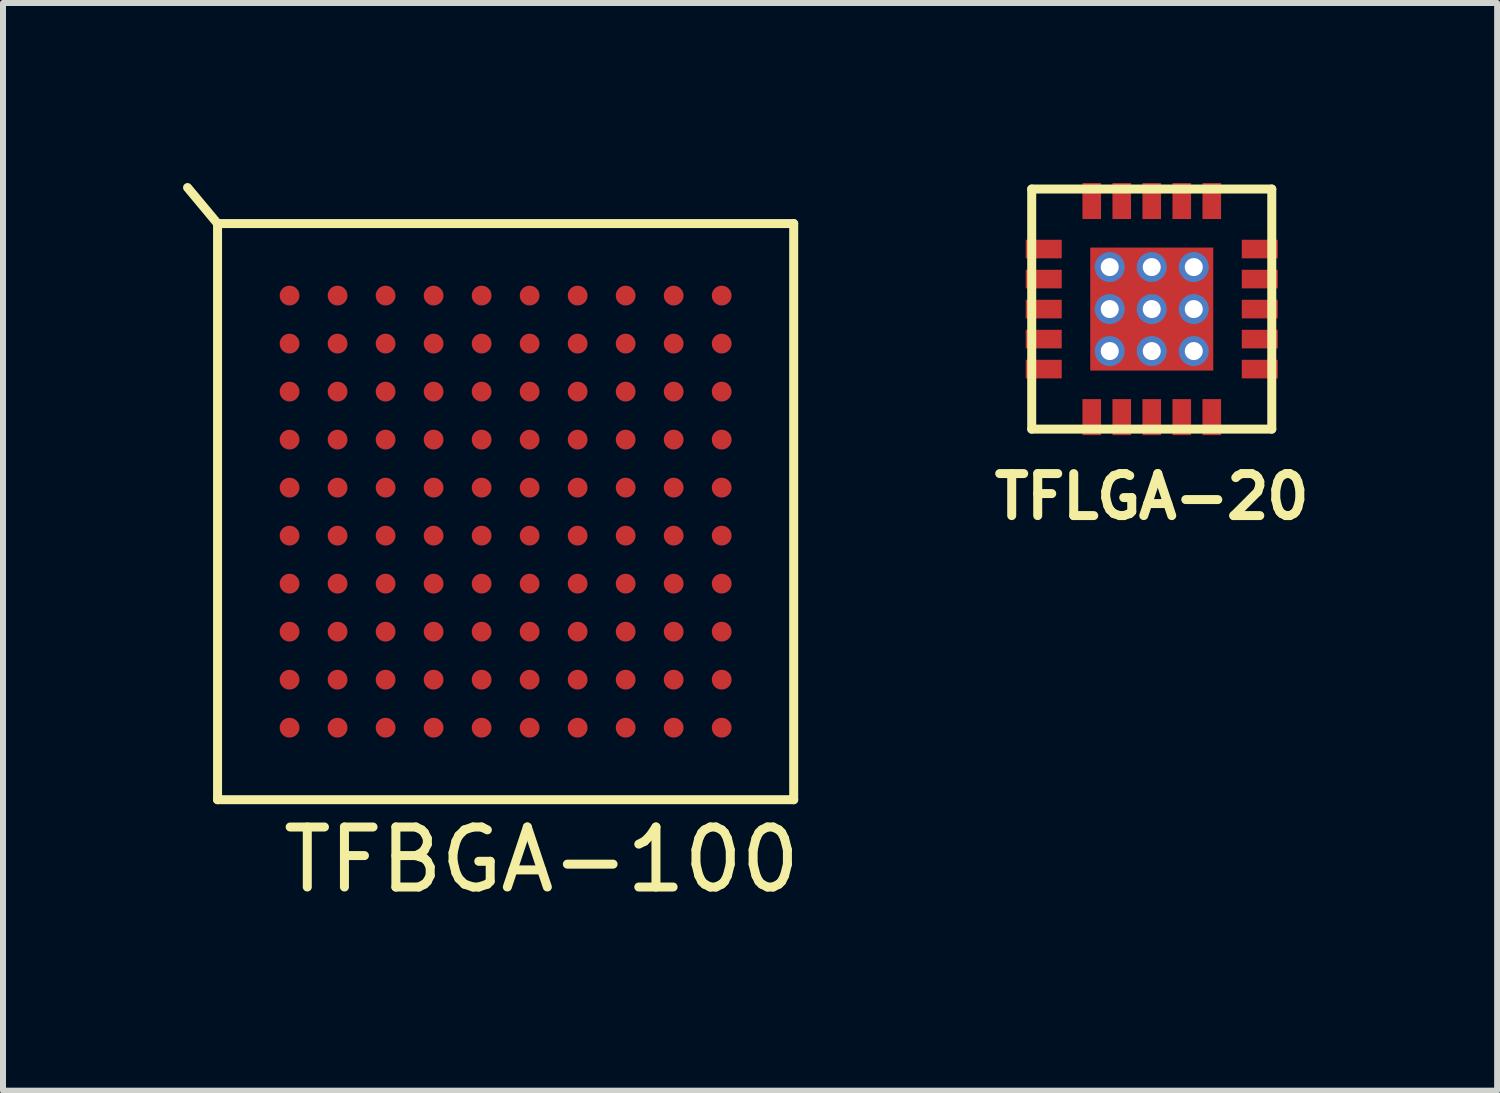
<source format=kicad_pcb>
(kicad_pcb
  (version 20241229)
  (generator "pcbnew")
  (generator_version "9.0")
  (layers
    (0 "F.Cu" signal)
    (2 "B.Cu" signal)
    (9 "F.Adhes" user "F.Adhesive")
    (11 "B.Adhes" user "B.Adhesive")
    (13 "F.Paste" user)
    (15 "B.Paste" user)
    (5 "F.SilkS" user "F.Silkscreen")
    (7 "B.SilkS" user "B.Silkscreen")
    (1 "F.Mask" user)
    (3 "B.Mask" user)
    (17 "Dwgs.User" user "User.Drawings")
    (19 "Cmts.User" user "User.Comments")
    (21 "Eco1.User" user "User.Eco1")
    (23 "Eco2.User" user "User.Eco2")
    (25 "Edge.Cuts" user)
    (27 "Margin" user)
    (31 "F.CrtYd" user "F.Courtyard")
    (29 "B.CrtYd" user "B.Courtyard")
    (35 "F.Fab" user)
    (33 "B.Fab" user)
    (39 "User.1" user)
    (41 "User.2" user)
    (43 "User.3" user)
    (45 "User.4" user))
  (footprint "TFLGA-20"
    (layer "F.Cu")
    (at 16.141 2.1)
    (property "Reference" "TFLGA-20" (at 0 3.125 0) (layer "F.SilkS") (effects (font (size 0.7 0.7) (thickness 0.15))))
    (attr through_hole)
    (fp_line (start -2 -2) (end 2 -2) (stroke (width 0.15) (type solid)) (layer "F.SilkS"))
    (fp_line (start -2 2) (end -2 -2) (stroke (width 0.15) (type solid)) (layer "F.SilkS"))
    (fp_line (start 2 -2) (end 2 2) (stroke (width 0.15) (type solid)) (layer "F.SilkS"))
    (fp_line (start 2 2) (end -2 2) (stroke (width 0.15) (type solid)) (layer "F.SilkS"))
    (pad "1" smd rect (at -1.8 -1) (size 0.6 0.31) (layers "F.Cu" "F.Mask" "F.Paste"))
    (pad "2" smd rect (at -1.8 -0.5) (size 0.6 0.31) (layers "F.Cu" "F.Mask" "F.Paste"))
    (pad "3" smd rect (at -1.8 0) (size 0.6 0.31) (layers "F.Cu" "F.Mask" "F.Paste"))
    (pad "4" smd rect (at -1.8 0.5) (size 0.6 0.31) (layers "F.Cu" "F.Mask" "F.Paste"))
    (pad "5" smd rect (at -1.8 1) (size 0.6 0.31) (layers "F.Cu" "F.Mask" "F.Paste"))
    (pad "6" smd rect (at -1 1.8 90) (size 0.6 0.31) (layers "F.Cu" "F.Mask" "F.Paste"))
    (pad "7" smd rect (at -0.5 1.8 90) (size 0.6 0.31) (layers "F.Cu" "F.Mask" "F.Paste"))
    (pad "8" smd rect (at 0 1.8 90) (size 0.6 0.31) (layers "F.Cu" "F.Mask" "F.Paste"))
    (pad "9" smd rect (at 0.5 1.8 90) (size 0.6 0.31) (layers "F.Cu" "F.Mask" "F.Paste"))
    (pad "10" smd rect (at 1 1.8 90) (size 0.6 0.31) (layers "F.Cu" "F.Mask" "F.Paste"))
    (pad "11" smd rect (at 1.8 1) (size 0.6 0.31) (layers "F.Cu" "F.Mask" "F.Paste"))
    (pad "12" smd rect (at 1.8 0.5) (size 0.6 0.31) (layers "F.Cu" "F.Mask" "F.Paste"))
    (pad "13" smd rect (at 1.8 0) (size 0.6 0.31) (layers "F.Cu" "F.Mask" "F.Paste"))
    (pad "14" smd rect (at 1.8 -0.5) (size 0.6 0.31) (layers "F.Cu" "F.Mask" "F.Paste"))
    (pad "15" smd rect (at 1.8 -1) (size 0.6 0.31) (layers "F.Cu" "F.Mask" "F.Paste"))
    (pad "16" smd rect (at 1 -1.8 90) (size 0.6 0.31) (layers "F.Cu" "F.Mask" "F.Paste"))
    (pad "17" smd rect (at 0.5 -1.8 90) (size 0.6 0.31) (layers "F.Cu" "F.Mask" "F.Paste"))
    (pad "18" smd rect (at 0 -1.8 90) (size 0.6 0.31) (layers "F.Cu" "F.Mask" "F.Paste"))
    (pad "19" smd rect (at -0.5 -1.8 90) (size 0.6 0.31) (layers "F.Cu" "F.Mask" "F.Paste"))
    (pad "20" smd rect (at -1 -1.8 90) (size 0.6 0.31) (layers "F.Cu" "F.Mask" "F.Paste"))
    (pad "EP" thru_hole circle (at -0.7 -0.7 90) (size 0.5 0.5) (drill 0.3) (layers "*.Cu" "*.Mask"))
    (pad "EP" thru_hole circle (at -0.7 0 90) (size 0.5 0.5) (drill 0.3) (layers "*.Cu" "*.Mask"))
    (pad "EP" thru_hole circle (at -0.7 0.7 90) (size 0.5 0.5) (drill 0.3) (layers "*.Cu" "*.Mask"))
    (pad "EP" thru_hole circle (at 0 -0.7 90) (size 0.5 0.5) (drill 0.3) (layers "*.Cu" "*.Mask"))
    (pad "EP" thru_hole circle (at 0 0 90) (size 0.5 0.5) (drill 0.3) (layers "*.Cu" "*.Mask"))
    (pad "EP" smd rect (at 0 0 90) (size 2.05 2.05) (layers "F.Cu" "F.Mask" "F.Paste"))
    (pad "EP" thru_hole circle (at 0 0.7 90) (size 0.5 0.5) (drill 0.3) (layers "*.Cu" "*.Mask"))
    (pad "EP" thru_hole circle (at 0.7 -0.7 90) (size 0.5 0.5) (drill 0.3) (layers "*.Cu" "*.Mask"))
    (pad "EP" thru_hole circle (at 0.7 0 90) (size 0.5 0.5) (drill 0.3) (layers "*.Cu" "*.Mask"))
    (pad "EP" thru_hole circle (at 0.7 0.7 90) (size 0.5 0.5) (drill 0.3) (layers "*.Cu" "*.Mask")))
  (footprint "TFBGA-100"
    (layer "F.Cu")
    (at 1.775 1.875)
    (property "Reference" "TFBGA-100" (at 4.2 9.4 0) (layer "F.SilkS") (effects (font (size 1 1) (thickness 0.15))))
    (attr through_hole)
    (fp_line (start -1.2 -1.2) (end -1.7 -1.8) (stroke (width 0.15) (type solid)) (layer "F.SilkS"))
    (fp_line (start -1.2 -1.2) (end 8.4 -1.2) (stroke (width 0.15) (type solid)) (layer "F.SilkS"))
    (fp_line (start -1.2 8.4) (end -1.2 -1.2) (stroke (width 0.15) (type solid)) (layer "F.SilkS"))
    (fp_line (start 8.4 -1.2) (end 8.4 8.4) (stroke (width 0.15) (type solid)) (layer "F.SilkS"))
    (fp_line (start 8.4 8.4) (end -1.2 8.4) (stroke (width 0.15) (type solid)) (layer "F.SilkS"))
    (pad "A1" smd circle (at 0 0) (size 0.33 0.33) (layers "F.Cu" "F.Mask" "F.Paste"))
    (pad "A2" smd circle (at 0.8 0) (size 0.33 0.33) (layers "F.Cu" "F.Mask" "F.Paste"))
    (pad "A3" smd circle (at 1.6 0) (size 0.33 0.33) (layers "F.Cu" "F.Mask" "F.Paste"))
    (pad "A4" smd circle (at 2.4 0) (size 0.33 0.33) (layers "F.Cu" "F.Mask" "F.Paste"))
    (pad "A5" smd circle (at 3.2 0) (size 0.33 0.33) (layers "F.Cu" "F.Mask" "F.Paste"))
    (pad "A6" smd circle (at 4 0) (size 0.33 0.33) (layers "F.Cu" "F.Mask" "F.Paste"))
    (pad "A7" smd circle (at 4.8 0) (size 0.33 0.33) (layers "F.Cu" "F.Mask" "F.Paste"))
    (pad "A8" smd circle (at 5.6 0) (size 0.33 0.33) (layers "F.Cu" "F.Mask" "F.Paste"))
    (pad "A9" smd circle (at 6.4 0) (size 0.33 0.33) (layers "F.Cu" "F.Mask" "F.Paste"))
    (pad "A10" smd circle (at 7.2 0) (size 0.33 0.33) (layers "F.Cu" "F.Mask" "F.Paste"))
    (pad "B1" smd circle (at 0 0.8) (size 0.33 0.33) (layers "F.Cu" "F.Mask" "F.Paste"))
    (pad "B2" smd circle (at 0.8 0.8) (size 0.33 0.33) (layers "F.Cu" "F.Mask" "F.Paste"))
    (pad "B3" smd circle (at 1.6 0.8) (size 0.33 0.33) (layers "F.Cu" "F.Mask" "F.Paste"))
    (pad "B4" smd circle (at 2.4 0.8) (size 0.33 0.33) (layers "F.Cu" "F.Mask" "F.Paste"))
    (pad "B5" smd circle (at 3.2 0.8) (size 0.33 0.33) (layers "F.Cu" "F.Mask" "F.Paste"))
    (pad "B6" smd circle (at 4 0.8) (size 0.33 0.33) (layers "F.Cu" "F.Mask" "F.Paste"))
    (pad "B7" smd circle (at 4.8 0.8) (size 0.33 0.33) (layers "F.Cu" "F.Mask" "F.Paste"))
    (pad "B8" smd circle (at 5.6 0.8) (size 0.33 0.33) (layers "F.Cu" "F.Mask" "F.Paste"))
    (pad "B9" smd circle (at 6.4 0.8) (size 0.33 0.33) (layers "F.Cu" "F.Mask" "F.Paste"))
    (pad "B10" smd circle (at 7.2 0.8) (size 0.33 0.33) (layers "F.Cu" "F.Mask" "F.Paste"))
    (pad "C1" smd circle (at 0 1.6) (size 0.33 0.33) (layers "F.Cu" "F.Mask" "F.Paste"))
    (pad "C2" smd circle (at 0.8 1.6) (size 0.33 0.33) (layers "F.Cu" "F.Mask" "F.Paste"))
    (pad "C3" smd circle (at 1.6 1.6) (size 0.33 0.33) (layers "F.Cu" "F.Mask" "F.Paste"))
    (pad "C4" smd circle (at 2.4 1.6) (size 0.33 0.33) (layers "F.Cu" "F.Mask" "F.Paste"))
    (pad "C5" smd circle (at 3.2 1.6) (size 0.33 0.33) (layers "F.Cu" "F.Mask" "F.Paste"))
    (pad "C6" smd circle (at 4 1.6) (size 0.33 0.33) (layers "F.Cu" "F.Mask" "F.Paste"))
    (pad "C7" smd circle (at 4.8 1.6) (size 0.33 0.33) (layers "F.Cu" "F.Mask" "F.Paste"))
    (pad "C8" smd circle (at 5.6 1.6) (size 0.33 0.33) (layers "F.Cu" "F.Mask" "F.Paste"))
    (pad "C9" smd circle (at 6.4 1.6) (size 0.33 0.33) (layers "F.Cu" "F.Mask" "F.Paste"))
    (pad "C10" smd circle (at 7.2 1.6) (size 0.33 0.33) (layers "F.Cu" "F.Mask" "F.Paste"))
    (pad "D1" smd circle (at 0 2.4) (size 0.33 0.33) (layers "F.Cu" "F.Mask" "F.Paste"))
    (pad "D2" smd circle (at 0.8 2.4) (size 0.33 0.33) (layers "F.Cu" "F.Mask" "F.Paste"))
    (pad "D3" smd circle (at 1.6 2.4) (size 0.33 0.33) (layers "F.Cu" "F.Mask" "F.Paste"))
    (pad "D4" smd circle (at 2.4 2.4) (size 0.33 0.33) (layers "F.Cu" "F.Mask" "F.Paste"))
    (pad "D5" smd circle (at 3.2 2.4) (size 0.33 0.33) (layers "F.Cu" "F.Mask" "F.Paste"))
    (pad "D6" smd circle (at 4 2.4) (size 0.33 0.33) (layers "F.Cu" "F.Mask" "F.Paste"))
    (pad "D7" smd circle (at 4.8 2.4) (size 0.33 0.33) (layers "F.Cu" "F.Mask" "F.Paste"))
    (pad "D8" smd circle (at 5.6 2.4) (size 0.33 0.33) (layers "F.Cu" "F.Mask" "F.Paste"))
    (pad "D9" smd circle (at 6.4 2.4) (size 0.33 0.33) (layers "F.Cu" "F.Mask" "F.Paste"))
    (pad "D10" smd circle (at 7.2 2.4) (size 0.33 0.33) (layers "F.Cu" "F.Mask" "F.Paste"))
    (pad "E1" smd circle (at 0 3.2) (size 0.33 0.33) (layers "F.Cu" "F.Mask" "F.Paste"))
    (pad "E2" smd circle (at 0.8 3.2) (size 0.33 0.33) (layers "F.Cu" "F.Mask" "F.Paste"))
    (pad "E3" smd circle (at 1.6 3.2) (size 0.33 0.33) (layers "F.Cu" "F.Mask" "F.Paste"))
    (pad "E4" smd circle (at 2.4 3.2) (size 0.33 0.33) (layers "F.Cu" "F.Mask" "F.Paste"))
    (pad "E5" smd circle (at 3.2 3.2) (size 0.33 0.33) (layers "F.Cu" "F.Mask" "F.Paste"))
    (pad "E6" smd circle (at 4 3.2) (size 0.33 0.33) (layers "F.Cu" "F.Mask" "F.Paste"))
    (pad "E7" smd circle (at 4.8 3.2) (size 0.33 0.33) (layers "F.Cu" "F.Mask" "F.Paste"))
    (pad "E8" smd circle (at 5.6 3.2) (size 0.33 0.33) (layers "F.Cu" "F.Mask" "F.Paste"))
    (pad "E9" smd circle (at 6.4 3.2) (size 0.33 0.33) (layers "F.Cu" "F.Mask" "F.Paste"))
    (pad "E10" smd circle (at 7.2 3.2) (size 0.33 0.33) (layers "F.Cu" "F.Mask" "F.Paste"))
    (pad "F1" smd circle (at 0 4) (size 0.33 0.33) (layers "F.Cu" "F.Mask" "F.Paste"))
    (pad "F2" smd circle (at 0.8 4) (size 0.33 0.33) (layers "F.Cu" "F.Mask" "F.Paste"))
    (pad "F3" smd circle (at 1.6 4) (size 0.33 0.33) (layers "F.Cu" "F.Mask" "F.Paste"))
    (pad "F4" smd circle (at 2.4 4) (size 0.33 0.33) (layers "F.Cu" "F.Mask" "F.Paste"))
    (pad "F5" smd circle (at 3.2 4) (size 0.33 0.33) (layers "F.Cu" "F.Mask" "F.Paste"))
    (pad "F6" smd circle (at 4 4) (size 0.33 0.33) (layers "F.Cu" "F.Mask" "F.Paste"))
    (pad "F7" smd circle (at 4.8 4) (size 0.33 0.33) (layers "F.Cu" "F.Mask" "F.Paste"))
    (pad "F8" smd circle (at 5.6 4) (size 0.33 0.33) (layers "F.Cu" "F.Mask" "F.Paste"))
    (pad "F9" smd circle (at 6.4 4) (size 0.33 0.33) (layers "F.Cu" "F.Mask" "F.Paste"))
    (pad "F10" smd circle (at 7.2 4) (size 0.33 0.33) (layers "F.Cu" "F.Mask" "F.Paste"))
    (pad "G1" smd circle (at 0 4.8) (size 0.33 0.33) (layers "F.Cu" "F.Mask" "F.Paste"))
    (pad "G2" smd circle (at 0.8 4.8) (size 0.33 0.33) (layers "F.Cu" "F.Mask" "F.Paste"))
    (pad "G3" smd circle (at 1.6 4.8) (size 0.33 0.33) (layers "F.Cu" "F.Mask" "F.Paste"))
    (pad "G4" smd circle (at 2.4 4.8) (size 0.33 0.33) (layers "F.Cu" "F.Mask" "F.Paste"))
    (pad "G5" smd circle (at 3.2 4.8) (size 0.33 0.33) (layers "F.Cu" "F.Mask" "F.Paste"))
    (pad "G6" smd circle (at 4 4.8) (size 0.33 0.33) (layers "F.Cu" "F.Mask" "F.Paste"))
    (pad "G7" smd circle (at 4.8 4.8) (size 0.33 0.33) (layers "F.Cu" "F.Mask" "F.Paste"))
    (pad "G8" smd circle (at 5.6 4.8) (size 0.33 0.33) (layers "F.Cu" "F.Mask" "F.Paste"))
    (pad "G9" smd circle (at 6.4 4.8) (size 0.33 0.33) (layers "F.Cu" "F.Mask" "F.Paste"))
    (pad "G10" smd circle (at 7.2 4.8) (size 0.33 0.33) (layers "F.Cu" "F.Mask" "F.Paste"))
    (pad "H1" smd circle (at 0 5.6) (size 0.33 0.33) (layers "F.Cu" "F.Mask" "F.Paste"))
    (pad "H2" smd circle (at 0.8 5.6) (size 0.33 0.33) (layers "F.Cu" "F.Mask" "F.Paste"))
    (pad "H3" smd circle (at 1.6 5.6) (size 0.33 0.33) (layers "F.Cu" "F.Mask" "F.Paste"))
    (pad "H4" smd circle (at 2.4 5.6) (size 0.33 0.33) (layers "F.Cu" "F.Mask" "F.Paste"))
    (pad "H5" smd circle (at 3.2 5.6) (size 0.33 0.33) (layers "F.Cu" "F.Mask" "F.Paste"))
    (pad "H6" smd circle (at 4 5.6) (size 0.33 0.33) (layers "F.Cu" "F.Mask" "F.Paste"))
    (pad "H7" smd circle (at 4.8 5.6) (size 0.33 0.33) (layers "F.Cu" "F.Mask" "F.Paste"))
    (pad "H8" smd circle (at 5.6 5.6) (size 0.33 0.33) (layers "F.Cu" "F.Mask" "F.Paste"))
    (pad "H9" smd circle (at 6.4 5.6) (size 0.33 0.33) (layers "F.Cu" "F.Mask" "F.Paste"))
    (pad "H10" smd circle (at 7.2 5.6) (size 0.33 0.33) (layers "F.Cu" "F.Mask" "F.Paste"))
    (pad "J1" smd circle (at 0 6.4) (size 0.33 0.33) (layers "F.Cu" "F.Mask" "F.Paste"))
    (pad "J2" smd circle (at 0.8 6.4) (size 0.33 0.33) (layers "F.Cu" "F.Mask" "F.Paste"))
    (pad "J3" smd circle (at 1.6 6.4) (size 0.33 0.33) (layers "F.Cu" "F.Mask" "F.Paste"))
    (pad "J4" smd circle (at 2.4 6.4) (size 0.33 0.33) (layers "F.Cu" "F.Mask" "F.Paste"))
    (pad "J5" smd circle (at 3.2 6.4) (size 0.33 0.33) (layers "F.Cu" "F.Mask" "F.Paste"))
    (pad "J6" smd circle (at 4 6.4) (size 0.33 0.33) (layers "F.Cu" "F.Mask" "F.Paste"))
    (pad "J7" smd circle (at 4.8 6.4) (size 0.33 0.33) (layers "F.Cu" "F.Mask" "F.Paste"))
    (pad "J8" smd circle (at 5.6 6.4) (size 0.33 0.33) (layers "F.Cu" "F.Mask" "F.Paste"))
    (pad "J9" smd circle (at 6.4 6.4) (size 0.33 0.33) (layers "F.Cu" "F.Mask" "F.Paste"))
    (pad "J10" smd circle (at 7.2 6.4) (size 0.33 0.33) (layers "F.Cu" "F.Mask" "F.Paste"))
    (pad "K1" smd circle (at 0 7.2) (size 0.33 0.33) (layers "F.Cu" "F.Mask" "F.Paste"))
    (pad "K2" smd circle (at 0.8 7.2) (size 0.33 0.33) (layers "F.Cu" "F.Mask" "F.Paste"))
    (pad "K3" smd circle (at 1.6 7.2) (size 0.33 0.33) (layers "F.Cu" "F.Mask" "F.Paste"))
    (pad "K4" smd circle (at 2.4 7.2) (size 0.33 0.33) (layers "F.Cu" "F.Mask" "F.Paste"))
    (pad "K5" smd circle (at 3.2 7.2) (size 0.33 0.33) (layers "F.Cu" "F.Mask" "F.Paste"))
    (pad "K6" smd circle (at 4 7.2) (size 0.33 0.33) (layers "F.Cu" "F.Mask" "F.Paste"))
    (pad "K7" smd circle (at 4.8 7.2) (size 0.33 0.33) (layers "F.Cu" "F.Mask" "F.Paste"))
    (pad "K8" smd circle (at 5.6 7.2) (size 0.33 0.33) (layers "F.Cu" "F.Mask" "F.Paste"))
    (pad "K9" smd circle (at 6.4 7.2) (size 0.33 0.33) (layers "F.Cu" "F.Mask" "F.Paste"))
    (pad "K10" smd circle (at 7.2 7.2) (size 0.33 0.33) (layers "F.Cu" "F.Mask" "F.Paste")))
  (gr_rect
    (start -3 -3)
    (end 21.896 15.123)
    (stroke (width 0.1) (type default))
    (fill no)
    (layer "Edge.Cuts")))
</source>
